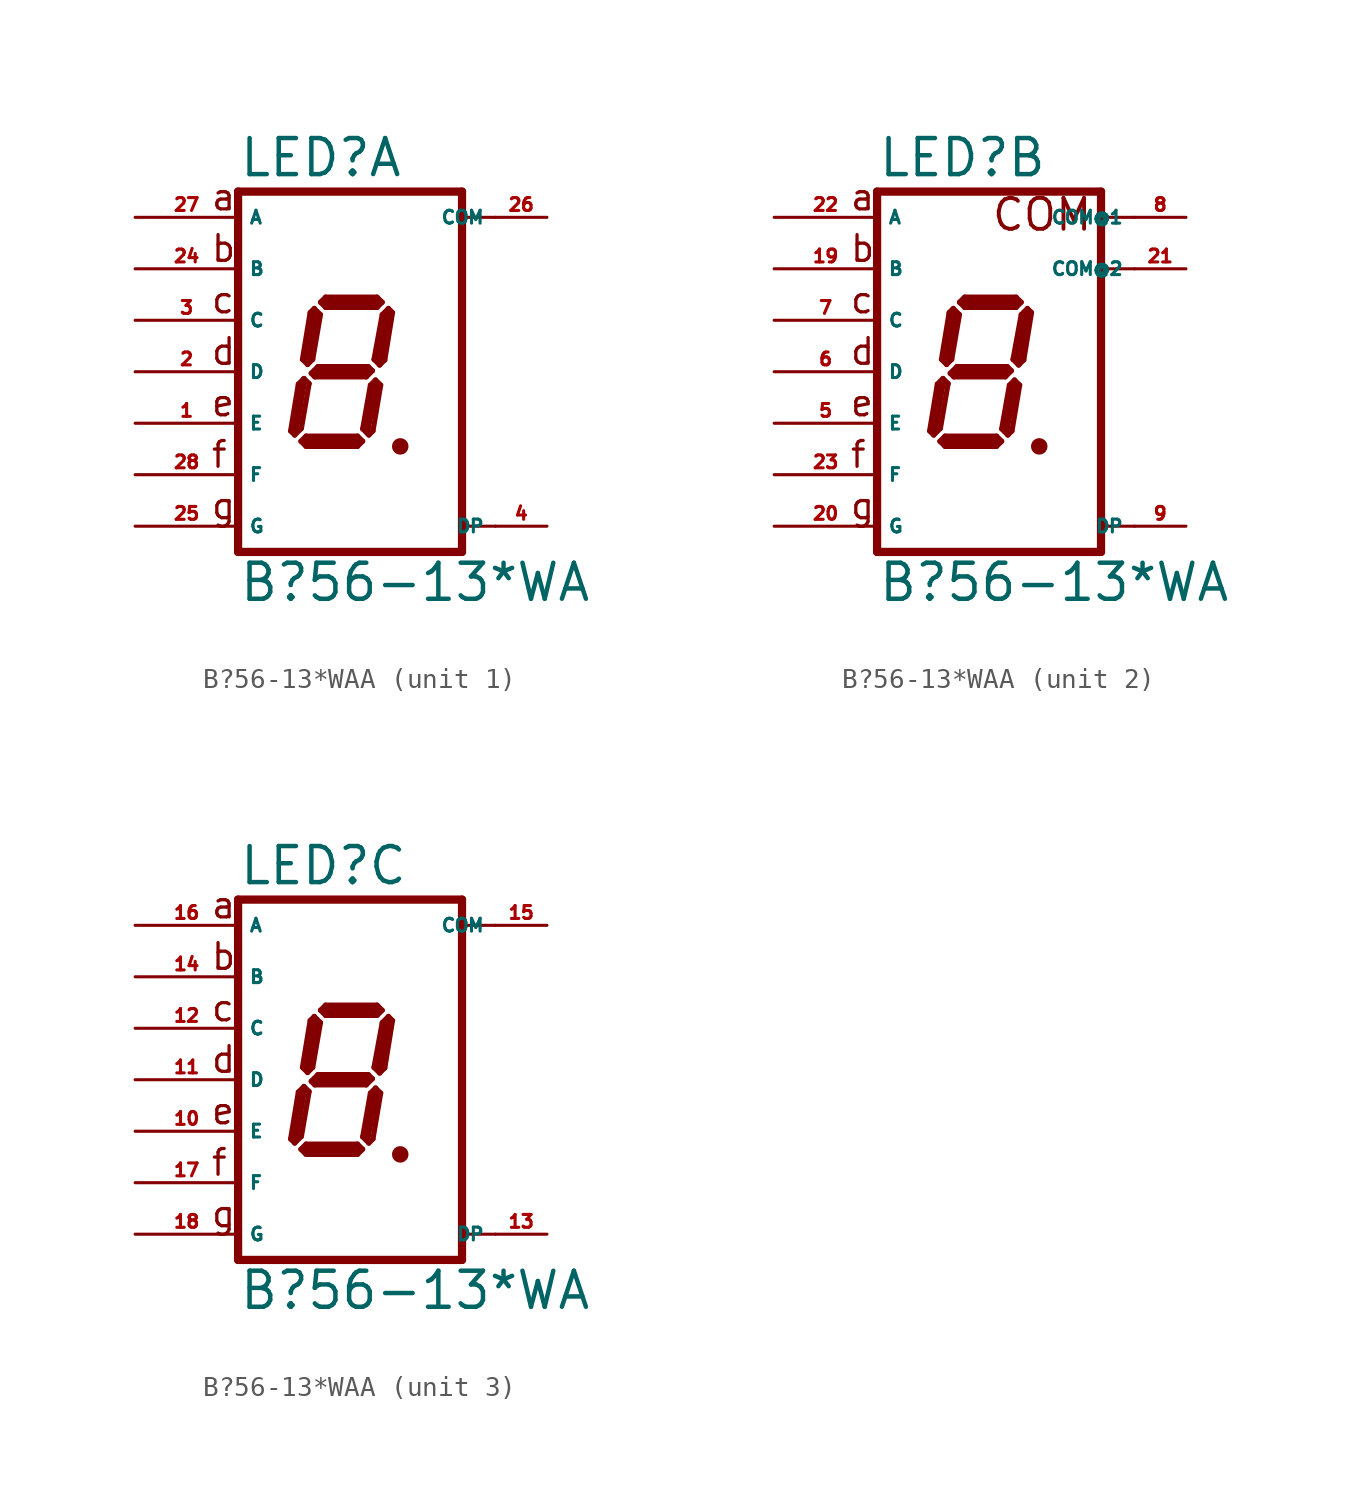
<source format=kicad_sym>
(kicad_symbol_lib
  (version 20220914)
  (generator Eagle2Kicad)
  (symbol "B?56-13*WAA"
    (property "Reference" "LED"
      (at -5.08 9.525 0)
      (effects (font (size 1.778 1.778) (thickness 0.22)) (justify left bottom)))
    (property "Value" "B?56-13*WA"
      (at -5.08 -11.43 0)
      (effects (font (size 1.778 1.778) (thickness 0.22)) (justify left bottom)))
    (symbol "B?56-13*WAA_1_0"
      (polyline (pts (xy 2.794 -3.683) (xy 3.048 -3.683)) (stroke (width 0.305) (type default)) (fill (type none)))
      (polyline (pts (xy 2.337 3.124) (xy 2.032 2.819)) (stroke (width 0.254) (type default)) (fill (type none)))
      (polyline (pts (xy 2.032 2.819) (xy 1.626 0.61)) (stroke (width 0.254) (type default)) (fill (type none)))
      (polyline (pts (xy 1.626 0.61) (xy 1.905 0.33)) (stroke (width 0.254) (type default)) (fill (type none)))
      (polyline (pts (xy 1.905 0.33) (xy 2.159 0.584)) (stroke (width 0.254) (type default)) (fill (type none)))
      (polyline (pts (xy 2.159 0.584) (xy 2.54 2.921)) (stroke (width 0.254) (type default)) (fill (type none)))
      (polyline (pts (xy 2.54 2.921) (xy 2.337 3.124)) (stroke (width 0.254) (type default)) (fill (type none)))
      (polyline (pts (xy 2.032 3.429) (xy 1.778 3.175)) (stroke (width 0.254) (type default)) (fill (type none)))
      (polyline (pts (xy 1.778 3.175) (xy -0.762 3.175)) (stroke (width 0.254) (type default)) (fill (type none)))
      (polyline (pts (xy -0.762 3.175) (xy -1.016 3.429)) (stroke (width 0.254) (type default)) (fill (type none)))
      (polyline (pts (xy -1.016 3.429) (xy -0.762 3.683)) (stroke (width 0.254) (type default)) (fill (type none)))
      (polyline (pts (xy -0.762 3.683) (xy 1.778 3.683)) (stroke (width 0.254) (type default)) (fill (type none)))
      (polyline (pts (xy 1.778 3.683) (xy 2.032 3.429)) (stroke (width 0.254) (type default)) (fill (type none)))
      (polyline (pts (xy -1.321 3.124) (xy -1.016 2.819)) (stroke (width 0.254) (type default)) (fill (type none)))
      (polyline (pts (xy -1.016 2.819) (xy -1.397 0.61)) (stroke (width 0.254) (type default)) (fill (type none)))
      (polyline (pts (xy -1.397 0.61) (xy -1.651 0.356)) (stroke (width 0.254) (type default)) (fill (type none)))
      (polyline (pts (xy -1.651 0.356) (xy -1.905 0.61)) (stroke (width 0.254) (type default)) (fill (type none)))
      (polyline (pts (xy -1.905 0.61) (xy -1.524 2.921)) (stroke (width 0.254) (type default)) (fill (type none)))
      (polyline (pts (xy -1.524 2.921) (xy -1.321 3.124)) (stroke (width 0.254) (type default)) (fill (type none)))
      (polyline (pts (xy -1.473 -0.076) (xy -1.143 0.254)) (stroke (width 0.254) (type default)) (fill (type none)))
      (polyline (pts (xy -1.143 0.254) (xy 1.346 0.254)) (stroke (width 0.254) (type default)) (fill (type none)))
      (polyline (pts (xy 1.346 0.254) (xy 1.549 0.051)) (stroke (width 0.254) (type default)) (fill (type none)))
      (polyline (pts (xy 1.549 0.051) (xy 1.245 -0.254)) (stroke (width 0.254) (type default)) (fill (type none)))
      (polyline (pts (xy 1.245 -0.254) (xy -1.295 -0.254)) (stroke (width 0.254) (type default)) (fill (type none)))
      (polyline (pts (xy -1.295 -0.254) (xy -1.473 -0.076)) (stroke (width 0.254) (type default)) (fill (type none)))
      (polyline (pts (xy -1.829 -0.33) (xy -1.575 -0.584)) (stroke (width 0.254) (type default)) (fill (type none)))
      (polyline (pts (xy -2.286 -3.124) (xy -1.956 -2.794)) (stroke (width 0.254) (type default)) (fill (type none)))
      (polyline (pts (xy -1.956 -2.794) (xy -1.575 -0.584)) (stroke (width 0.254) (type default)) (fill (type none)))
      (polyline (pts (xy -1.829 -0.33) (xy -2.108 -0.61)) (stroke (width 0.254) (type default)) (fill (type none)))
      (polyline (pts (xy -2.108 -0.61) (xy -2.489 -2.921)) (stroke (width 0.254) (type default)) (fill (type none)))
      (polyline (pts (xy -2.489 -2.921) (xy -2.286 -3.124)) (stroke (width 0.254) (type default)) (fill (type none)))
      (polyline (pts (xy -1.981 -3.429) (xy -1.727 -3.175)) (stroke (width 0.254) (type default)) (fill (type none)))
      (polyline (pts (xy -1.727 -3.175) (xy 0.813 -3.175)) (stroke (width 0.254) (type default)) (fill (type none)))
      (polyline (pts (xy 0.813 -3.175) (xy 1.067 -3.429)) (stroke (width 0.254) (type default)) (fill (type none)))
      (polyline (pts (xy 1.067 -3.429) (xy 0.813 -3.683)) (stroke (width 0.254) (type default)) (fill (type none)))
      (polyline (pts (xy 0.813 -3.683) (xy -1.727 -3.683)) (stroke (width 0.254) (type default)) (fill (type none)))
      (polyline (pts (xy -1.727 -3.683) (xy -1.981 -3.429)) (stroke (width 0.254) (type default)) (fill (type none)))
      (polyline (pts (xy 1.702 -0.406) (xy 1.448 -0.66)) (stroke (width 0.254) (type default)) (fill (type none)))
      (polyline (pts (xy 1.448 -0.66) (xy 1.067 -2.819)) (stroke (width 0.254) (type default)) (fill (type none)))
      (polyline (pts (xy 1.067 -2.819) (xy 1.372 -3.124)) (stroke (width 0.254) (type default)) (fill (type none)))
      (polyline (pts (xy 1.372 -3.124) (xy 1.575 -2.921)) (stroke (width 0.254) (type default)) (fill (type none)))
      (polyline (pts (xy 1.575 -2.921) (xy 1.956 -0.66)) (stroke (width 0.254) (type default)) (fill (type none)))
      (polyline (pts (xy 1.956 -0.66) (xy 1.702 -0.406)) (stroke (width 0.254) (type default)) (fill (type none)))
      (polyline (pts (xy 2.286 2.794) (xy 1.905 0.635)) (stroke (width 0.406) (type default)) (fill (type none)))
      (polyline (pts (xy 1.778 3.429) (xy -0.762 3.429)) (stroke (width 0.406) (type default)) (fill (type none)))
      (polyline (pts (xy -1.27 2.794) (xy -1.651 0.635)) (stroke (width 0.406) (type default)) (fill (type none)))
      (polyline (pts (xy -1.27 0) (xy 1.27 0)) (stroke (width 0.406) (type default)) (fill (type none)))
      (polyline (pts (xy 1.651 -0.762) (xy 1.27 -2.794)) (stroke (width 0.406) (type default)) (fill (type none)))
      (polyline (pts (xy 0.762 -3.429) (xy -1.651 -3.429)) (stroke (width 0.406) (type default)) (fill (type none)))
      (polyline (pts (xy -2.286 -2.921) (xy -1.905 -0.635)) (stroke (width 0.406) (type default)) (fill (type none)))
      (polyline (pts (xy 5.969 8.89) (xy 5.969 7.62)) (stroke (width 0.406) (type default)) (fill (type none)))
      (polyline (pts (xy 5.969 7.62) (xy 5.969 -7.62)) (stroke (width 0.406) (type default)) (fill (type none)))
      (polyline (pts (xy 5.969 -7.62) (xy 5.969 -8.89)) (stroke (width 0.406) (type default)) (fill (type none)))
      (polyline (pts (xy -5.08 -8.89) (xy 5.969 -8.89)) (stroke (width 0.406) (type default)) (fill (type none)))
      (polyline (pts (xy -5.08 -8.89) (xy -5.08 8.89)) (stroke (width 0.406) (type default)) (fill (type none)))
      (polyline (pts (xy 5.969 8.89) (xy -5.08 8.89)) (stroke (width 0.406) (type default)) (fill (type none)))
      (polyline (pts (xy 7.62 7.62) (xy 5.969 7.62)) (stroke (width 0.152) (type default)) (fill (type none)))
      (polyline (pts (xy 7.62 -7.62) (xy 5.969 -7.62)) (stroke (width 0.152) (type default)) (fill (type none)))
      (text "a" (at -6.477 7.874 0) (effects (font (size 1.27 1.27) (thickness 0.16)) (justify left bottom)))
      (text "b" (at -6.477 5.334 0) (effects (font (size 1.27 1.27) (thickness 0.16)) (justify left bottom)))
      (text "c" (at -6.477 2.794 0) (effects (font (size 1.27 1.27) (thickness 0.16)) (justify left bottom)))
      (text "d" (at -6.477 0.254 0) (effects (font (size 1.27 1.27) (thickness 0.16)) (justify left bottom)))
      (text "e" (at -6.477 -2.286 0) (effects (font (size 1.27 1.27) (thickness 0.16)) (justify left bottom)))
      (text "f" (at -6.477 -4.826 0) (effects (font (size 1.27 1.27) (thickness 0.16)) (justify left bottom)))
      (text "g" (at -6.477 -7.366 0) (effects (font (size 1.27 1.27) (thickness 0.16)) (justify left bottom)))
      (circle (center 2.921 -3.683) (radius 0.254) (stroke (width 0.305) (type default)) (fill (type none)))
      (pin passive line (at 10.16 -7.62 180) (length 2.54) (name "DP" (effects (font (size 0.635 0.635) (thickness 0.08)) (justify left bottom))) (number "4" (effects (font (size 0.635 0.635) (thickness 0.08)) (justify left bottom))))
      (pin passive line (at -10.16 -5.08 0) (length 5.08) (name "F" (effects (font (size 0.635 0.635) (thickness 0.08)) (justify left bottom))) (number "28" (effects (font (size 0.635 0.635) (thickness 0.08)) (justify left bottom))))
      (pin passive line (at -10.16 0 0) (length 5.08) (name "D" (effects (font (size 0.635 0.635) (thickness 0.08)) (justify left bottom))) (number "2" (effects (font (size 0.635 0.635) (thickness 0.08)) (justify left bottom))))
      (pin passive line (at -10.16 5.08 0) (length 5.08) (name "B" (effects (font (size 0.635 0.635) (thickness 0.08)) (justify left bottom))) (number "24" (effects (font (size 0.635 0.635) (thickness 0.08)) (justify left bottom))))
      (pin passive line (at -10.16 7.62 0) (length 5.08) (name "A" (effects (font (size 0.635 0.635) (thickness 0.08)) (justify left bottom))) (number "27" (effects (font (size 0.635 0.635) (thickness 0.08)) (justify left bottom))))
      (pin passive line (at 10.16 7.62 180) (length 2.54) (name "COM" (effects (font (size 0.635 0.635) (thickness 0.08)) (justify left bottom))) (number "26" (effects (font (size 0.635 0.635) (thickness 0.08)) (justify left bottom))))
      (pin passive line (at -10.16 2.54 0) (length 5.08) (name "C" (effects (font (size 0.635 0.635) (thickness 0.08)) (justify left bottom))) (number "3" (effects (font (size 0.635 0.635) (thickness 0.08)) (justify left bottom))))
      (pin passive line (at -10.16 -2.54 0) (length 5.08) (name "E" (effects (font (size 0.635 0.635) (thickness 0.08)) (justify left bottom))) (number "1" (effects (font (size 0.635 0.635) (thickness 0.08)) (justify left bottom))))
      (pin passive line (at -10.16 -7.62 0) (length 5.08) (name "G" (effects (font (size 0.635 0.635) (thickness 0.08)) (justify left bottom))) (number "25" (effects (font (size 0.635 0.635) (thickness 0.08)) (justify left bottom)))))
    (symbol "B?56-13*WAA_2_0"
      (polyline (pts (xy 2.794 -3.683) (xy 3.048 -3.683)) (stroke (width 0.305) (type default)) (fill (type none)))
      (polyline (pts (xy 2.337 3.124) (xy 2.032 2.819)) (stroke (width 0.254) (type default)) (fill (type none)))
      (polyline (pts (xy 2.032 2.819) (xy 1.626 0.61)) (stroke (width 0.254) (type default)) (fill (type none)))
      (polyline (pts (xy 1.626 0.61) (xy 1.905 0.33)) (stroke (width 0.254) (type default)) (fill (type none)))
      (polyline (pts (xy 1.905 0.33) (xy 2.159 0.584)) (stroke (width 0.254) (type default)) (fill (type none)))
      (polyline (pts (xy 2.159 0.584) (xy 2.54 2.921)) (stroke (width 0.254) (type default)) (fill (type none)))
      (polyline (pts (xy 2.54 2.921) (xy 2.337 3.124)) (stroke (width 0.254) (type default)) (fill (type none)))
      (polyline (pts (xy 2.032 3.429) (xy 1.778 3.175)) (stroke (width 0.254) (type default)) (fill (type none)))
      (polyline (pts (xy 1.778 3.175) (xy -0.762 3.175)) (stroke (width 0.254) (type default)) (fill (type none)))
      (polyline (pts (xy -0.762 3.175) (xy -1.016 3.429)) (stroke (width 0.254) (type default)) (fill (type none)))
      (polyline (pts (xy -1.016 3.429) (xy -0.762 3.683)) (stroke (width 0.254) (type default)) (fill (type none)))
      (polyline (pts (xy -0.762 3.683) (xy 1.778 3.683)) (stroke (width 0.254) (type default)) (fill (type none)))
      (polyline (pts (xy 1.778 3.683) (xy 2.032 3.429)) (stroke (width 0.254) (type default)) (fill (type none)))
      (polyline (pts (xy -1.321 3.124) (xy -1.016 2.819)) (stroke (width 0.254) (type default)) (fill (type none)))
      (polyline (pts (xy -1.016 2.819) (xy -1.397 0.61)) (stroke (width 0.254) (type default)) (fill (type none)))
      (polyline (pts (xy -1.397 0.61) (xy -1.651 0.356)) (stroke (width 0.254) (type default)) (fill (type none)))
      (polyline (pts (xy -1.651 0.356) (xy -1.905 0.61)) (stroke (width 0.254) (type default)) (fill (type none)))
      (polyline (pts (xy -1.905 0.61) (xy -1.524 2.921)) (stroke (width 0.254) (type default)) (fill (type none)))
      (polyline (pts (xy -1.524 2.921) (xy -1.321 3.124)) (stroke (width 0.254) (type default)) (fill (type none)))
      (polyline (pts (xy -1.473 -0.076) (xy -1.143 0.254)) (stroke (width 0.254) (type default)) (fill (type none)))
      (polyline (pts (xy -1.143 0.254) (xy 1.346 0.254)) (stroke (width 0.254) (type default)) (fill (type none)))
      (polyline (pts (xy 1.346 0.254) (xy 1.549 0.051)) (stroke (width 0.254) (type default)) (fill (type none)))
      (polyline (pts (xy 1.549 0.051) (xy 1.245 -0.254)) (stroke (width 0.254) (type default)) (fill (type none)))
      (polyline (pts (xy 1.245 -0.254) (xy -1.295 -0.254)) (stroke (width 0.254) (type default)) (fill (type none)))
      (polyline (pts (xy -1.295 -0.254) (xy -1.473 -0.076)) (stroke (width 0.254) (type default)) (fill (type none)))
      (polyline (pts (xy -1.829 -0.33) (xy -1.575 -0.584)) (stroke (width 0.254) (type default)) (fill (type none)))
      (polyline (pts (xy -2.286 -3.124) (xy -1.956 -2.794)) (stroke (width 0.254) (type default)) (fill (type none)))
      (polyline (pts (xy -1.956 -2.794) (xy -1.575 -0.584)) (stroke (width 0.254) (type default)) (fill (type none)))
      (polyline (pts (xy -1.829 -0.33) (xy -2.108 -0.61)) (stroke (width 0.254) (type default)) (fill (type none)))
      (polyline (pts (xy -2.108 -0.61) (xy -2.489 -2.921)) (stroke (width 0.254) (type default)) (fill (type none)))
      (polyline (pts (xy -2.489 -2.921) (xy -2.286 -3.124)) (stroke (width 0.254) (type default)) (fill (type none)))
      (polyline (pts (xy -1.981 -3.429) (xy -1.727 -3.175)) (stroke (width 0.254) (type default)) (fill (type none)))
      (polyline (pts (xy -1.727 -3.175) (xy 0.813 -3.175)) (stroke (width 0.254) (type default)) (fill (type none)))
      (polyline (pts (xy 0.813 -3.175) (xy 1.067 -3.429)) (stroke (width 0.254) (type default)) (fill (type none)))
      (polyline (pts (xy 1.067 -3.429) (xy 0.813 -3.683)) (stroke (width 0.254) (type default)) (fill (type none)))
      (polyline (pts (xy 0.813 -3.683) (xy -1.727 -3.683)) (stroke (width 0.254) (type default)) (fill (type none)))
      (polyline (pts (xy -1.727 -3.683) (xy -1.981 -3.429)) (stroke (width 0.254) (type default)) (fill (type none)))
      (polyline (pts (xy 1.702 -0.406) (xy 1.448 -0.66)) (stroke (width 0.254) (type default)) (fill (type none)))
      (polyline (pts (xy 1.448 -0.66) (xy 1.067 -2.819)) (stroke (width 0.254) (type default)) (fill (type none)))
      (polyline (pts (xy 1.067 -2.819) (xy 1.372 -3.124)) (stroke (width 0.254) (type default)) (fill (type none)))
      (polyline (pts (xy 1.372 -3.124) (xy 1.575 -2.921)) (stroke (width 0.254) (type default)) (fill (type none)))
      (polyline (pts (xy 1.575 -2.921) (xy 1.956 -0.66)) (stroke (width 0.254) (type default)) (fill (type none)))
      (polyline (pts (xy 1.956 -0.66) (xy 1.702 -0.406)) (stroke (width 0.254) (type default)) (fill (type none)))
      (polyline (pts (xy 2.286 2.794) (xy 1.905 0.635)) (stroke (width 0.406) (type default)) (fill (type none)))
      (polyline (pts (xy 1.778 3.429) (xy -0.762 3.429)) (stroke (width 0.406) (type default)) (fill (type none)))
      (polyline (pts (xy -1.27 2.794) (xy -1.651 0.635)) (stroke (width 0.406) (type default)) (fill (type none)))
      (polyline (pts (xy -1.27 0) (xy 1.27 0)) (stroke (width 0.406) (type default)) (fill (type none)))
      (polyline (pts (xy 1.651 -0.762) (xy 1.27 -2.794)) (stroke (width 0.406) (type default)) (fill (type none)))
      (polyline (pts (xy 0.762 -3.429) (xy -1.651 -3.429)) (stroke (width 0.406) (type default)) (fill (type none)))
      (polyline (pts (xy -2.286 -2.921) (xy -1.905 -0.635)) (stroke (width 0.406) (type default)) (fill (type none)))
      (polyline (pts (xy 5.969 8.89) (xy 5.969 7.62)) (stroke (width 0.406) (type default)) (fill (type none)))
      (polyline (pts (xy 5.969 7.62) (xy 5.969 5.08)) (stroke (width 0.406) (type default)) (fill (type none)))
      (polyline (pts (xy 5.969 5.08) (xy 5.969 -7.62)) (stroke (width 0.406) (type default)) (fill (type none)))
      (polyline (pts (xy 5.969 -7.62) (xy 5.969 -8.89)) (stroke (width 0.406) (type default)) (fill (type none)))
      (polyline (pts (xy -5.08 -8.89) (xy 5.969 -8.89)) (stroke (width 0.406) (type default)) (fill (type none)))
      (polyline (pts (xy -5.08 -8.89) (xy -5.08 8.89)) (stroke (width 0.406) (type default)) (fill (type none)))
      (polyline (pts (xy 5.969 8.89) (xy -5.08 8.89)) (stroke (width 0.406) (type default)) (fill (type none)))
      (polyline (pts (xy 7.62 7.62) (xy 5.969 7.62)) (stroke (width 0.152) (type default)) (fill (type none)))
      (polyline (pts (xy 7.62 5.08) (xy 5.969 5.08)) (stroke (width 0.152) (type default)) (fill (type none)))
      (polyline (pts (xy 7.62 -7.62) (xy 5.969 -7.62)) (stroke (width 0.152) (type default)) (fill (type none)))
      (text "a" (at -6.477 7.874 0) (effects (font (size 1.27 1.27) (thickness 0.16)) (justify left bottom)))
      (text "b" (at -6.477 5.334 0) (effects (font (size 1.27 1.27) (thickness 0.16)) (justify left bottom)))
      (text "c" (at -6.477 2.794 0) (effects (font (size 1.27 1.27) (thickness 0.16)) (justify left bottom)))
      (text "d" (at -6.477 0.254 0) (effects (font (size 1.27 1.27) (thickness 0.16)) (justify left bottom)))
      (text "e" (at -6.477 -2.286 0) (effects (font (size 1.27 1.27) (thickness 0.16)) (justify left bottom)))
      (text "f" (at -6.477 -4.826 0) (effects (font (size 1.27 1.27) (thickness 0.16)) (justify left bottom)))
      (text "g" (at -6.477 -7.366 0) (effects (font (size 1.27 1.27) (thickness 0.16)) (justify left bottom)))
      (text "COM" (at 0.508 6.858 0) (effects (font (size 1.524 1.524) (thickness 0.19)) (justify left bottom)))
      (circle (center 2.921 -3.683) (radius 0.254) (stroke (width 0.305) (type default)) (fill (type none)))
      (pin passive line (at 10.16 -7.62 180) (length 2.54) (name "DP" (effects (font (size 0.635 0.635) (thickness 0.08)) (justify left bottom))) (number "9" (effects (font (size 0.635 0.635) (thickness 0.08)) (justify left bottom))))
      (pin passive line (at -10.16 -5.08 0) (length 5.08) (name "F" (effects (font (size 0.635 0.635) (thickness 0.08)) (justify left bottom))) (number "23" (effects (font (size 0.635 0.635) (thickness 0.08)) (justify left bottom))))
      (pin passive line (at -10.16 0 0) (length 5.08) (name "D" (effects (font (size 0.635 0.635) (thickness 0.08)) (justify left bottom))) (number "6" (effects (font (size 0.635 0.635) (thickness 0.08)) (justify left bottom))))
      (pin passive line (at -10.16 5.08 0) (length 5.08) (name "B" (effects (font (size 0.635 0.635) (thickness 0.08)) (justify left bottom))) (number "19" (effects (font (size 0.635 0.635) (thickness 0.08)) (justify left bottom))))
      (pin passive line (at -10.16 7.62 0) (length 5.08) (name "A" (effects (font (size 0.635 0.635) (thickness 0.08)) (justify left bottom))) (number "22" (effects (font (size 0.635 0.635) (thickness 0.08)) (justify left bottom))))
      (pin passive line (at 10.16 7.62 180) (length 2.54) (name "COM@1" (effects (font (size 0.635 0.635) (thickness 0.08)) (justify left bottom))) (number "8" (effects (font (size 0.635 0.635) (thickness 0.08)) (justify left bottom))))
      (pin passive line (at -10.16 2.54 0) (length 5.08) (name "C" (effects (font (size 0.635 0.635) (thickness 0.08)) (justify left bottom))) (number "7" (effects (font (size 0.635 0.635) (thickness 0.08)) (justify left bottom))))
      (pin passive line (at -10.16 -2.54 0) (length 5.08) (name "E" (effects (font (size 0.635 0.635) (thickness 0.08)) (justify left bottom))) (number "5" (effects (font (size 0.635 0.635) (thickness 0.08)) (justify left bottom))))
      (pin passive line (at -10.16 -7.62 0) (length 5.08) (name "G" (effects (font (size 0.635 0.635) (thickness 0.08)) (justify left bottom))) (number "20" (effects (font (size 0.635 0.635) (thickness 0.08)) (justify left bottom))))
      (pin passive line (at 10.16 5.08 180) (length 2.54) (name "COM@2" (effects (font (size 0.635 0.635) (thickness 0.08)) (justify left bottom))) (number "21" (effects (font (size 0.635 0.635) (thickness 0.08)) (justify left bottom)))))
    (symbol "B?56-13*WAA_3_0"
      (polyline (pts (xy 2.794 -3.683) (xy 3.048 -3.683)) (stroke (width 0.305) (type default)) (fill (type none)))
      (polyline (pts (xy 2.337 3.124) (xy 2.032 2.819)) (stroke (width 0.254) (type default)) (fill (type none)))
      (polyline (pts (xy 2.032 2.819) (xy 1.626 0.61)) (stroke (width 0.254) (type default)) (fill (type none)))
      (polyline (pts (xy 1.626 0.61) (xy 1.905 0.33)) (stroke (width 0.254) (type default)) (fill (type none)))
      (polyline (pts (xy 1.905 0.33) (xy 2.159 0.584)) (stroke (width 0.254) (type default)) (fill (type none)))
      (polyline (pts (xy 2.159 0.584) (xy 2.54 2.921)) (stroke (width 0.254) (type default)) (fill (type none)))
      (polyline (pts (xy 2.54 2.921) (xy 2.337 3.124)) (stroke (width 0.254) (type default)) (fill (type none)))
      (polyline (pts (xy 2.032 3.429) (xy 1.778 3.175)) (stroke (width 0.254) (type default)) (fill (type none)))
      (polyline (pts (xy 1.778 3.175) (xy -0.762 3.175)) (stroke (width 0.254) (type default)) (fill (type none)))
      (polyline (pts (xy -0.762 3.175) (xy -1.016 3.429)) (stroke (width 0.254) (type default)) (fill (type none)))
      (polyline (pts (xy -1.016 3.429) (xy -0.762 3.683)) (stroke (width 0.254) (type default)) (fill (type none)))
      (polyline (pts (xy -0.762 3.683) (xy 1.778 3.683)) (stroke (width 0.254) (type default)) (fill (type none)))
      (polyline (pts (xy 1.778 3.683) (xy 2.032 3.429)) (stroke (width 0.254) (type default)) (fill (type none)))
      (polyline (pts (xy -1.321 3.124) (xy -1.016 2.819)) (stroke (width 0.254) (type default)) (fill (type none)))
      (polyline (pts (xy -1.016 2.819) (xy -1.397 0.61)) (stroke (width 0.254) (type default)) (fill (type none)))
      (polyline (pts (xy -1.397 0.61) (xy -1.651 0.356)) (stroke (width 0.254) (type default)) (fill (type none)))
      (polyline (pts (xy -1.651 0.356) (xy -1.905 0.61)) (stroke (width 0.254) (type default)) (fill (type none)))
      (polyline (pts (xy -1.905 0.61) (xy -1.524 2.921)) (stroke (width 0.254) (type default)) (fill (type none)))
      (polyline (pts (xy -1.524 2.921) (xy -1.321 3.124)) (stroke (width 0.254) (type default)) (fill (type none)))
      (polyline (pts (xy -1.473 -0.076) (xy -1.143 0.254)) (stroke (width 0.254) (type default)) (fill (type none)))
      (polyline (pts (xy -1.143 0.254) (xy 1.346 0.254)) (stroke (width 0.254) (type default)) (fill (type none)))
      (polyline (pts (xy 1.346 0.254) (xy 1.549 0.051)) (stroke (width 0.254) (type default)) (fill (type none)))
      (polyline (pts (xy 1.549 0.051) (xy 1.245 -0.254)) (stroke (width 0.254) (type default)) (fill (type none)))
      (polyline (pts (xy 1.245 -0.254) (xy -1.295 -0.254)) (stroke (width 0.254) (type default)) (fill (type none)))
      (polyline (pts (xy -1.295 -0.254) (xy -1.473 -0.076)) (stroke (width 0.254) (type default)) (fill (type none)))
      (polyline (pts (xy -1.829 -0.33) (xy -1.575 -0.584)) (stroke (width 0.254) (type default)) (fill (type none)))
      (polyline (pts (xy -2.286 -3.124) (xy -1.956 -2.794)) (stroke (width 0.254) (type default)) (fill (type none)))
      (polyline (pts (xy -1.956 -2.794) (xy -1.575 -0.584)) (stroke (width 0.254) (type default)) (fill (type none)))
      (polyline (pts (xy -1.829 -0.33) (xy -2.108 -0.61)) (stroke (width 0.254) (type default)) (fill (type none)))
      (polyline (pts (xy -2.108 -0.61) (xy -2.489 -2.921)) (stroke (width 0.254) (type default)) (fill (type none)))
      (polyline (pts (xy -2.489 -2.921) (xy -2.286 -3.124)) (stroke (width 0.254) (type default)) (fill (type none)))
      (polyline (pts (xy -1.981 -3.429) (xy -1.727 -3.175)) (stroke (width 0.254) (type default)) (fill (type none)))
      (polyline (pts (xy -1.727 -3.175) (xy 0.813 -3.175)) (stroke (width 0.254) (type default)) (fill (type none)))
      (polyline (pts (xy 0.813 -3.175) (xy 1.067 -3.429)) (stroke (width 0.254) (type default)) (fill (type none)))
      (polyline (pts (xy 1.067 -3.429) (xy 0.813 -3.683)) (stroke (width 0.254) (type default)) (fill (type none)))
      (polyline (pts (xy 0.813 -3.683) (xy -1.727 -3.683)) (stroke (width 0.254) (type default)) (fill (type none)))
      (polyline (pts (xy -1.727 -3.683) (xy -1.981 -3.429)) (stroke (width 0.254) (type default)) (fill (type none)))
      (polyline (pts (xy 1.702 -0.406) (xy 1.448 -0.66)) (stroke (width 0.254) (type default)) (fill (type none)))
      (polyline (pts (xy 1.448 -0.66) (xy 1.067 -2.819)) (stroke (width 0.254) (type default)) (fill (type none)))
      (polyline (pts (xy 1.067 -2.819) (xy 1.372 -3.124)) (stroke (width 0.254) (type default)) (fill (type none)))
      (polyline (pts (xy 1.372 -3.124) (xy 1.575 -2.921)) (stroke (width 0.254) (type default)) (fill (type none)))
      (polyline (pts (xy 1.575 -2.921) (xy 1.956 -0.66)) (stroke (width 0.254) (type default)) (fill (type none)))
      (polyline (pts (xy 1.956 -0.66) (xy 1.702 -0.406)) (stroke (width 0.254) (type default)) (fill (type none)))
      (polyline (pts (xy 2.286 2.794) (xy 1.905 0.635)) (stroke (width 0.406) (type default)) (fill (type none)))
      (polyline (pts (xy 1.778 3.429) (xy -0.762 3.429)) (stroke (width 0.406) (type default)) (fill (type none)))
      (polyline (pts (xy -1.27 2.794) (xy -1.651 0.635)) (stroke (width 0.406) (type default)) (fill (type none)))
      (polyline (pts (xy -1.27 0) (xy 1.27 0)) (stroke (width 0.406) (type default)) (fill (type none)))
      (polyline (pts (xy 1.651 -0.762) (xy 1.27 -2.794)) (stroke (width 0.406) (type default)) (fill (type none)))
      (polyline (pts (xy 0.762 -3.429) (xy -1.651 -3.429)) (stroke (width 0.406) (type default)) (fill (type none)))
      (polyline (pts (xy -2.286 -2.921) (xy -1.905 -0.635)) (stroke (width 0.406) (type default)) (fill (type none)))
      (polyline (pts (xy 5.969 8.89) (xy 5.969 7.62)) (stroke (width 0.406) (type default)) (fill (type none)))
      (polyline (pts (xy 5.969 7.62) (xy 5.969 -7.62)) (stroke (width 0.406) (type default)) (fill (type none)))
      (polyline (pts (xy 5.969 -7.62) (xy 5.969 -8.89)) (stroke (width 0.406) (type default)) (fill (type none)))
      (polyline (pts (xy -5.08 -8.89) (xy 5.969 -8.89)) (stroke (width 0.406) (type default)) (fill (type none)))
      (polyline (pts (xy -5.08 -8.89) (xy -5.08 8.89)) (stroke (width 0.406) (type default)) (fill (type none)))
      (polyline (pts (xy 5.969 8.89) (xy -5.08 8.89)) (stroke (width 0.406) (type default)) (fill (type none)))
      (polyline (pts (xy 7.62 7.62) (xy 5.969 7.62)) (stroke (width 0.152) (type default)) (fill (type none)))
      (polyline (pts (xy 7.62 -7.62) (xy 5.969 -7.62)) (stroke (width 0.152) (type default)) (fill (type none)))
      (text "a" (at -6.477 7.874 0) (effects (font (size 1.27 1.27) (thickness 0.16)) (justify left bottom)))
      (text "b" (at -6.477 5.334 0) (effects (font (size 1.27 1.27) (thickness 0.16)) (justify left bottom)))
      (text "c" (at -6.477 2.794 0) (effects (font (size 1.27 1.27) (thickness 0.16)) (justify left bottom)))
      (text "d" (at -6.477 0.254 0) (effects (font (size 1.27 1.27) (thickness 0.16)) (justify left bottom)))
      (text "e" (at -6.477 -2.286 0) (effects (font (size 1.27 1.27) (thickness 0.16)) (justify left bottom)))
      (text "f" (at -6.477 -4.826 0) (effects (font (size 1.27 1.27) (thickness 0.16)) (justify left bottom)))
      (text "g" (at -6.477 -7.366 0) (effects (font (size 1.27 1.27) (thickness 0.16)) (justify left bottom)))
      (circle (center 2.921 -3.683) (radius 0.254) (stroke (width 0.305) (type default)) (fill (type none)))
      (pin passive line (at 10.16 -7.62 180) (length 2.54) (name "DP" (effects (font (size 0.635 0.635) (thickness 0.08)) (justify left bottom))) (number "13" (effects (font (size 0.635 0.635) (thickness 0.08)) (justify left bottom))))
      (pin passive line (at -10.16 -5.08 0) (length 5.08) (name "F" (effects (font (size 0.635 0.635) (thickness 0.08)) (justify left bottom))) (number "17" (effects (font (size 0.635 0.635) (thickness 0.08)) (justify left bottom))))
      (pin passive line (at -10.16 0 0) (length 5.08) (name "D" (effects (font (size 0.635 0.635) (thickness 0.08)) (justify left bottom))) (number "11" (effects (font (size 0.635 0.635) (thickness 0.08)) (justify left bottom))))
      (pin passive line (at -10.16 5.08 0) (length 5.08) (name "B" (effects (font (size 0.635 0.635) (thickness 0.08)) (justify left bottom))) (number "14" (effects (font (size 0.635 0.635) (thickness 0.08)) (justify left bottom))))
      (pin passive line (at -10.16 7.62 0) (length 5.08) (name "A" (effects (font (size 0.635 0.635) (thickness 0.08)) (justify left bottom))) (number "16" (effects (font (size 0.635 0.635) (thickness 0.08)) (justify left bottom))))
      (pin passive line (at 10.16 7.62 180) (length 2.54) (name "COM" (effects (font (size 0.635 0.635) (thickness 0.08)) (justify left bottom))) (number "15" (effects (font (size 0.635 0.635) (thickness 0.08)) (justify left bottom))))
      (pin passive line (at -10.16 2.54 0) (length 5.08) (name "C" (effects (font (size 0.635 0.635) (thickness 0.08)) (justify left bottom))) (number "12" (effects (font (size 0.635 0.635) (thickness 0.08)) (justify left bottom))))
      (pin passive line (at -10.16 -2.54 0) (length 5.08) (name "E" (effects (font (size 0.635 0.635) (thickness 0.08)) (justify left bottom))) (number "10" (effects (font (size 0.635 0.635) (thickness 0.08)) (justify left bottom))))
      (pin passive line (at -10.16 -7.62 0) (length 5.08) (name "G" (effects (font (size 0.635 0.635) (thickness 0.08)) (justify left bottom))) (number "18" (effects (font (size 0.635 0.635) (thickness 0.08)) (justify left bottom)))))))
</source>
